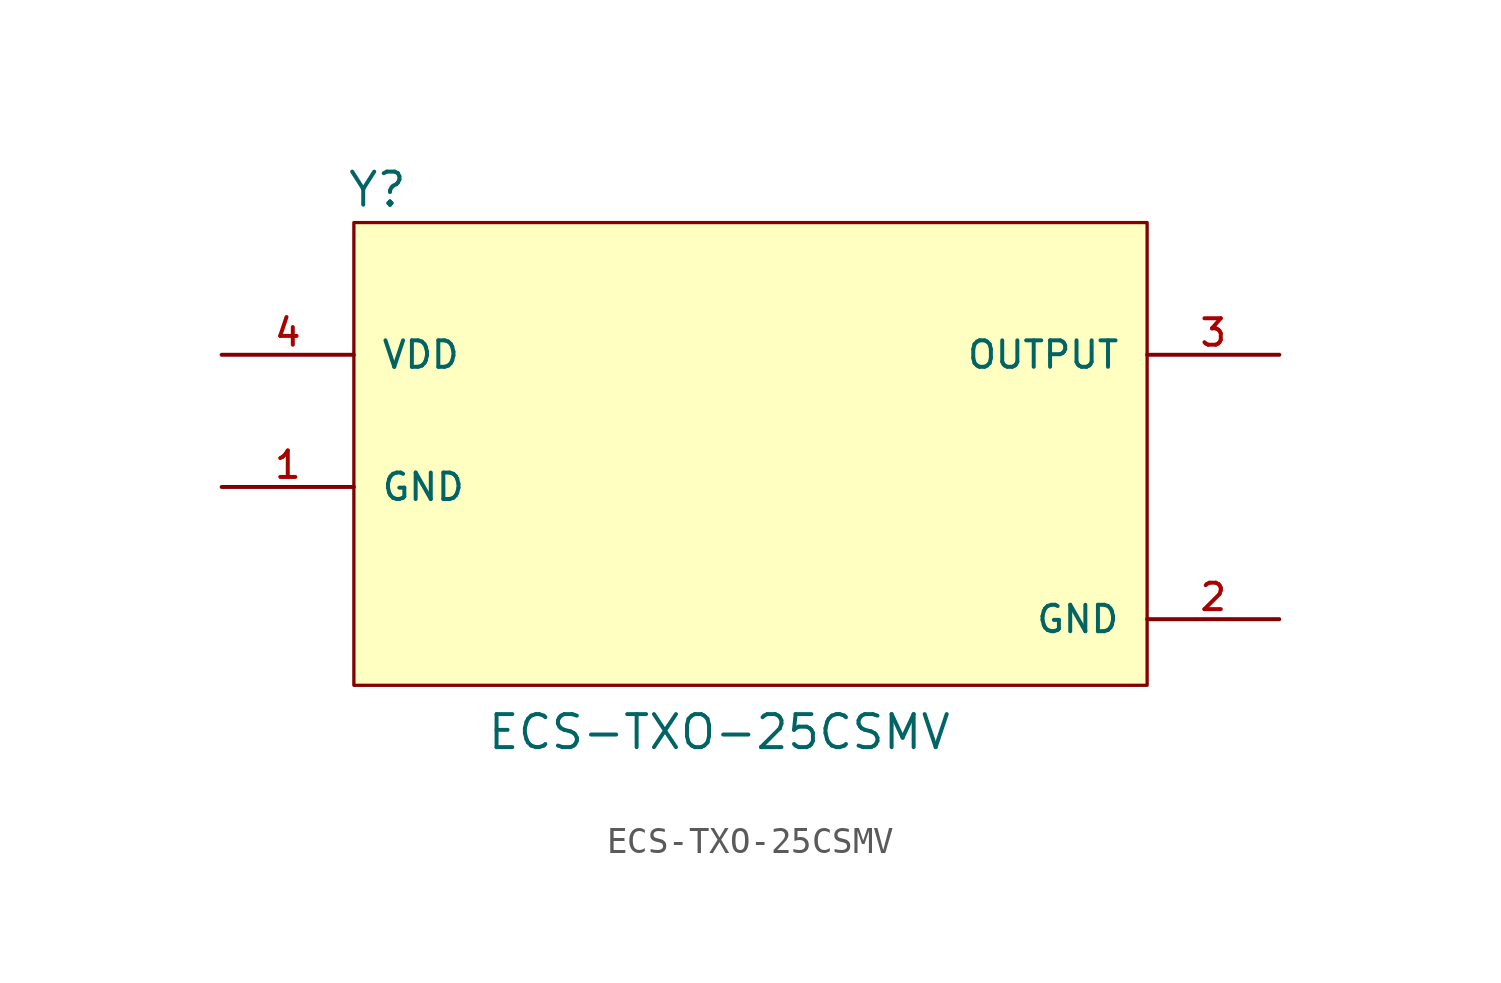
<source format=kicad_sym>
(kicad_symbol_lib
  (version 20220914)
  (generator kicad_symbol_editor)
  (symbol "ECS-TXO-25CSMV"
    (pin_names
      (offset 1.016))
    (property "Reference" "Y"
      (at -15.525 8.144 0)
      (effects (font (size 1.27 1.27)) (justify left bottom)))
    (property "Value" "ECS-TXO-25CSMV"
      (at -10.16 -12.7 0)
      (effects (font (size 1.27 1.27)) (justify left bottom)))
    (symbol "ECS-TXO-25CSMV_0_0"
      (rectangle (start -15.24 7.62) (end 15.24 -10.16) (stroke (width 0.127) (type default)) (fill (type background)))
      (pin power_in line (at 20.32 -7.62 180) (length 5.08) (name "GND" (effects (font (size 1.016 1.016)))) (number "2" (effects (font (size 1.016 1.016)))))
      (pin output line (at 20.32 2.54 180) (length 5.08) (name "OUTPUT" (effects (font (size 1.016 1.016)))) (number "3" (effects (font (size 1.016 1.016)))))
      (pin input line (at -20.32 2.54 0) (length 5.08) (name "VDD" (effects (font (size 1.016 1.016)))) (number "4" (effects (font (size 1.016 1.016))))))
    (symbol "ECS-TXO-25CSMV_1_0"
      (pin power_in line (at -20.32 -2.54 0) (length 5.08) (name "GND" (effects (font (size 1.016 1.016)))) (number "1" (effects (font (size 1.016 1.016))))))))
</source>
